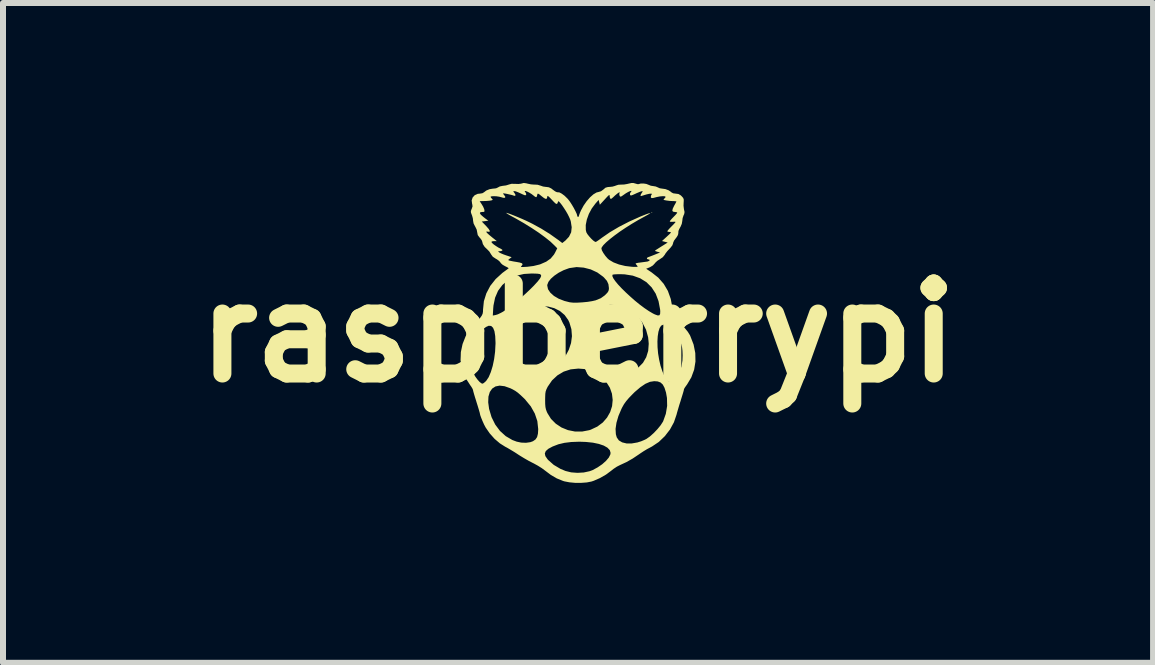
<source format=kicad_pcb>
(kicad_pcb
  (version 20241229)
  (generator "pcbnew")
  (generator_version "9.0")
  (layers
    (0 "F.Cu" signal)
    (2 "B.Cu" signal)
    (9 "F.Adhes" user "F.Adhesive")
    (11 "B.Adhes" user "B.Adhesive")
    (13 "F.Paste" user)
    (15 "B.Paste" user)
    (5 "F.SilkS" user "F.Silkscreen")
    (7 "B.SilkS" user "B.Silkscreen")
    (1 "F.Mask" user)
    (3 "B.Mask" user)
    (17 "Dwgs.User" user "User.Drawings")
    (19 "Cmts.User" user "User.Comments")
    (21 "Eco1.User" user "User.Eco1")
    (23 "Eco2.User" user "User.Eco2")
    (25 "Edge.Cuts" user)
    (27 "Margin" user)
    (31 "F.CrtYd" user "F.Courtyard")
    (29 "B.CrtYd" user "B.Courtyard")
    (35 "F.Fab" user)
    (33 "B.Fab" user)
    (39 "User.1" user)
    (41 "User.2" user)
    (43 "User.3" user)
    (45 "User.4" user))
  (footprint "raspberrypi"
    (layer "F.Cu")
    (at 6.586 2.498)
    (property "Reference" "raspberrypi" (at 0 0 0) (layer "F.SilkS") (effects (font (size 1.5 1.5) (thickness 0.3))))
    (attr board_only exclude_from_pos_files exclude_from_bom)
    (fp_poly (pts (xy 1.237 -2.008) (xy 1.23 -2.001) (xy 1.223 -2.008) (xy 1.23 -2.015)) (stroke (width 0) (type solid)) (fill yes) (layer "F.SilkS"))
    (fp_poly (pts (xy -0.862 -2.492) (xy -0.838 -2.486) (xy -0.786 -2.475) (xy -0.736 -2.471) (xy -0.72 -2.471) (xy -0.673 -2.468) (xy -0.628 -2.454) (xy -0.627 -2.454) (xy -0.584 -2.439) (xy -0.535 -2.432) (xy -0.53 -2.432) (xy -0.487 -2.426) (xy -0.446 -2.406) (xy -0.418 -2.384) (xy -0.382 -2.358) (xy -0.352 -2.344) (xy -0.34 -2.343) (xy -0.312 -2.341) (xy -0.272 -2.32) (xy -0.225 -2.285) (xy -0.177 -2.238) (xy -0.167 -2.227) (xy -0.137 -2.188) (xy -0.104 -2.137) (xy -0.071 -2.081) (xy -0.043 -2.027) (xy -0.022 -1.982) (xy -0.014 -1.952) (xy -0.014 -1.95) (xy -0.006 -1.933) (xy 0 -1.931) (xy 0.013 -1.942) (xy 0.014 -1.949) (xy 0.02 -1.97) (xy 0.034 -2.007) (xy 0.05 -2.043) (xy 0.093 -2.122) (xy 0.144 -2.195) (xy 0.199 -2.258) (xy 0.255 -2.308) (xy 0.307 -2.339) (xy 0.346 -2.349) (xy 0.382 -2.36) (xy 0.421 -2.388) (xy 0.423 -2.39) (xy 0.457 -2.419) (xy 0.495 -2.43) (xy 0.524 -2.432) (xy 0.573 -2.437) (xy 0.619 -2.45) (xy 0.627 -2.454) (xy 0.671 -2.468) (xy 0.719 -2.471) (xy 0.72 -2.471) (xy 0.765 -2.472) (xy 0.818 -2.481) (xy 0.839 -2.486) (xy 0.887 -2.497) (xy 0.924 -2.497) (xy 0.953 -2.489) (xy 0.988 -2.479) (xy 1.012 -2.479) (xy 1.014 -2.48) (xy 1.046 -2.489) (xy 1.092 -2.489) (xy 1.138 -2.482) (xy 1.174 -2.468) (xy 1.174 -2.468) (xy 1.213 -2.452) (xy 1.254 -2.446) (xy 1.295 -2.439) (xy 1.328 -2.425) (xy 1.361 -2.41) (xy 1.4 -2.404) (xy 1.456 -2.396) (xy 1.509 -2.376) (xy 1.549 -2.349) (xy 1.554 -2.343) (xy 1.585 -2.326) (xy 1.628 -2.32) (xy 1.674 -2.314) (xy 1.711 -2.292) (xy 1.726 -2.278) (xy 1.752 -2.249) (xy 1.762 -2.222) (xy 1.761 -2.186) (xy 1.76 -2.172) (xy 1.758 -2.119) (xy 1.764 -2.068) (xy 1.766 -2.056) (xy 1.775 -2.014) (xy 1.769 -1.979) (xy 1.759 -1.959) (xy 1.743 -1.912) (xy 1.737 -1.863) (xy 1.729 -1.817) (xy 1.709 -1.77) (xy 1.706 -1.765) (xy 1.686 -1.729) (xy 1.674 -1.7) (xy 1.673 -1.695) (xy 1.671 -1.664) (xy 1.669 -1.646) (xy 1.659 -1.619) (xy 1.636 -1.584) (xy 1.626 -1.572) (xy 1.6 -1.537) (xy 1.585 -1.502) (xy 1.584 -1.493) (xy 1.572 -1.459) (xy 1.538 -1.415) (xy 1.525 -1.402) (xy 1.488 -1.362) (xy 1.457 -1.322) (xy 1.445 -1.301) (xy 1.413 -1.261) (xy 1.363 -1.227) (xy 1.321 -1.2) (xy 1.287 -1.168) (xy 1.278 -1.156) (xy 1.247 -1.123) (xy 1.203 -1.096) (xy 1.194 -1.092) (xy 1.135 -1.068) (xy 1.225 -1.008) (xy 1.338 -0.919) (xy 1.428 -0.816) (xy 1.497 -0.699) (xy 1.545 -0.565) (xy 1.574 -0.412) (xy 1.578 -0.377) (xy 1.588 -0.274) (xy 1.708 -0.155) (xy 1.777 -0.082) (xy 1.828 -0.019) (xy 1.865 0.04) (xy 1.872 0.056) (xy 1.926 0.196) (xy 1.954 0.337) (xy 1.957 0.478) (xy 1.935 0.614) (xy 1.888 0.742) (xy 1.817 0.861) (xy 1.805 0.877) (xy 1.781 0.911) (xy 1.766 0.937) (xy 1.765 0.944) (xy 1.761 0.963) (xy 1.75 1.002) (xy 1.733 1.057) (xy 1.713 1.121) (xy 1.711 1.13) (xy 1.688 1.201) (xy 1.668 1.269) (xy 1.651 1.327) (xy 1.641 1.365) (xy 1.598 1.491) (xy 1.532 1.612) (xy 1.446 1.723) (xy 1.346 1.819) (xy 1.234 1.894) (xy 1.197 1.914) (xy 1.15 1.939) (xy 1.092 1.974) (xy 1.033 2.013) (xy 1.016 2.025) (xy 0.91 2.096) (xy 0.808 2.154) (xy 0.698 2.205) (xy 0.647 2.231) (xy 0.591 2.268) (xy 0.552 2.299) (xy 0.466 2.363) (xy 0.365 2.421) (xy 0.262 2.466) (xy 0.223 2.479) (xy 0.146 2.494) (xy 0.052 2.501) (xy -0.048 2.501) (xy -0.144 2.492) (xy -0.227 2.476) (xy -0.25 2.469) (xy -0.356 2.426) (xy -0.455 2.368) (xy -0.552 2.295) (xy -0.603 2.257) (xy -0.668 2.216) (xy -0.735 2.179) (xy -0.753 2.17) (xy -0.819 2.136) (xy -0.896 2.092) (xy -0.97 2.047) (xy -1.001 2.027) (xy -1.025 2.011) (xy -0.554 2.011) (xy -0.545 2.055) (xy -0.51 2.106) (xy -0.499 2.119) (xy -0.406 2.201) (xy -0.293 2.268) (xy -0.209 2.303) (xy -0.115 2.326) (xy -0.01 2.334) (xy 0.095 2.328) (xy 0.192 2.307) (xy 0.241 2.289) (xy 0.326 2.243) (xy 0.402 2.191) (xy 0.465 2.135) (xy 0.512 2.08) (xy 0.538 2.028) (xy 0.542 2.001) (xy 0.529 1.956) (xy 0.49 1.915) (xy 0.429 1.88) (xy 0.347 1.852) (xy 0.247 1.831) (xy 0.131 1.819) (xy 0.021 1.815) (xy -0.113 1.82) (xy -0.227 1.834) (xy -0.328 1.858) (xy -0.424 1.895) (xy -0.426 1.896) (xy -0.495 1.933) (xy -0.538 1.971) (xy -0.554 2.011) (xy -1.025 2.011) (xy -1.064 1.986) (xy -1.129 1.947) (xy -1.187 1.913) (xy -1.214 1.899) (xy -1.303 1.843) (xy -1.392 1.767) (xy -1.473 1.676) (xy -1.54 1.579) (xy -1.567 1.528) (xy -1.593 1.47) (xy -1.615 1.416) (xy -1.63 1.374) (xy -1.633 1.362) (xy -1.64 1.33) (xy -1.655 1.278) (xy -1.674 1.215) (xy -1.692 1.158) (xy -1.498 1.158) (xy -1.483 1.269) (xy -1.442 1.406) (xy -1.381 1.529) (xy -1.302 1.635) (xy -1.206 1.722) (xy -1.095 1.787) (xy -1.023 1.814) (xy -0.948 1.83) (xy -0.868 1.833) (xy -0.796 1.823) (xy -0.752 1.807) (xy -0.71 1.778) (xy -0.683 1.738) (xy -0.669 1.682) (xy -0.664 1.604) (xy -0.665 1.599) (xy -0.679 1.471) (xy -0.721 1.346) (xy -0.788 1.226) (xy -0.876 1.119) (xy -0.549 1.119) (xy -0.548 1.187) (xy -0.544 1.236) (xy -0.536 1.275) (xy -0.522 1.314) (xy -0.511 1.338) (xy -0.451 1.435) (xy -0.371 1.515) (xy -0.276 1.578) (xy -0.168 1.622) (xy -0.053 1.645) (xy 0.066 1.646) (xy 0.186 1.623) (xy 0.213 1.614) (xy 0.24 1.601) (xy 0.625 1.601) (xy 0.63 1.69) (xy 0.645 1.743) (xy 0.68 1.793) (xy 0.735 1.826) (xy 0.808 1.844) (xy 0.895 1.844) (xy 0.993 1.827) (xy 0.994 1.826) (xy 1.052 1.808) (xy 1.111 1.783) (xy 1.139 1.769) (xy 1.197 1.728) (xy 1.261 1.671) (xy 1.323 1.606) (xy 1.377 1.54) (xy 1.415 1.481) (xy 1.419 1.473) (xy 1.463 1.35) (xy 1.485 1.218) (xy 1.482 1.086) (xy 1.466 0.995) (xy 1.441 0.916) (xy 1.412 0.862) (xy 1.375 0.828) (xy 1.327 0.81) (xy 1.269 0.806) (xy 1.198 0.817) (xy 1.122 0.85) (xy 1.038 0.907) (xy 0.944 0.987) (xy 0.908 1.023) (xy 0.847 1.086) (xy 0.802 1.139) (xy 0.766 1.189) (xy 0.735 1.244) (xy 0.724 1.266) (xy 0.673 1.386) (xy 0.64 1.499) (xy 0.625 1.601) (xy 0.24 1.601) (xy 0.321 1.563) (xy 0.412 1.495) (xy 0.483 1.413) (xy 0.535 1.321) (xy 0.567 1.222) (xy 0.577 1.119) (xy 0.565 1.015) (xy 0.53 0.915) (xy 0.471 0.821) (xy 0.431 0.776) (xy 0.331 0.693) (xy 0.224 0.635) (xy 0.108 0.604) (xy 0.005 0.596) (xy -0.123 0.609) (xy -0.24 0.647) (xy -0.344 0.709) (xy -0.434 0.793) (xy -0.506 0.898) (xy -0.51 0.906) (xy -0.528 0.943) (xy -0.54 0.977) (xy -0.546 1.016) (xy -0.548 1.068) (xy -0.549 1.119) (xy -0.876 1.119) (xy -0.879 1.114) (xy -0.899 1.094) (xy -0.958 1.038) (xy -1.004 0.998) (xy -1.046 0.968) (xy -1.09 0.943) (xy -1.129 0.924) (xy -1.225 0.89) (xy -1.308 0.88) (xy -1.377 0.894) (xy -1.432 0.93) (xy -1.471 0.986) (xy -1.494 1.063) (xy -1.498 1.158) (xy -1.692 1.158) (xy -1.696 1.146) (xy -1.696 1.143) (xy -1.717 1.078) (xy -1.734 1.021) (xy -1.746 0.978) (xy -1.751 0.955) (xy -1.751 0.954) (xy -1.759 0.933) (xy -1.779 0.899) (xy -1.797 0.874) (xy -1.866 0.767) (xy -1.919 0.651) (xy -1.938 0.588) (xy -1.959 0.456) (xy -1.956 0.389) (xy -1.801 0.389) (xy -1.793 0.514) (xy -1.761 0.634) (xy -1.742 0.678) (xy -1.712 0.731) (xy -1.676 0.78) (xy -1.64 0.82) (xy -1.609 0.843) (xy -1.594 0.848) (xy -1.573 0.838) (xy -1.544 0.813) (xy -1.531 0.8) (xy -1.49 0.739) (xy -1.454 0.654) (xy -1.423 0.552) (xy -1.399 0.437) (xy -1.383 0.314) (xy -1.377 0.197) (xy -1.188 0.197) (xy -1.181 0.303) (xy -1.157 0.401) (xy -1.119 0.482) (xy -1.064 0.553) (xy -1.034 0.582) (xy -0.972 0.633) (xy -0.914 0.666) (xy -0.85 0.684) (xy -0.772 0.691) (xy -0.716 0.69) (xy -0.65 0.687) (xy -0.601 0.68) (xy -0.558 0.667) (xy -0.509 0.646) (xy -0.495 0.639) (xy -0.383 0.571) (xy -0.288 0.486) (xy -0.211 0.389) (xy -0.154 0.282) (xy -0.117 0.17) (xy -0.102 0.056) (xy 0.113 0.056) (xy 0.133 0.175) (xy 0.175 0.29) (xy 0.238 0.398) (xy 0.323 0.495) (xy 0.327 0.499) (xy 0.43 0.58) (xy 0.538 0.637) (xy 0.647 0.668) (xy 0.757 0.673) (xy 0.864 0.652) (xy 0.912 0.633) (xy 1.007 0.576) (xy 1.082 0.5) (xy 1.136 0.407) (xy 1.169 0.301) (xy 1.178 0.183) (xy 1.175 0.145) (xy 1.323 0.145) (xy 1.325 0.241) (xy 1.334 0.343) (xy 1.351 0.445) (xy 1.374 0.546) (xy 1.405 0.64) (xy 1.424 0.688) (xy 1.462 0.759) (xy 1.5 0.802) (xy 1.538 0.818) (xy 1.578 0.806) (xy 1.62 0.768) (xy 1.641 0.741) (xy 1.692 0.653) (xy 1.724 0.562) (xy 1.74 0.459) (xy 1.743 0.375) (xy 1.74 0.297) (xy 1.733 0.238) (xy 1.719 0.186) (xy 1.712 0.167) (xy 1.678 0.097) (xy 1.633 0.029) (xy 1.583 -0.033) (xy 1.53 -0.083) (xy 1.479 -0.119) (xy 1.434 -0.136) (xy 1.419 -0.136) (xy 1.385 -0.119) (xy 1.359 -0.079) (xy 1.34 -0.019) (xy 1.328 0.057) (xy 1.323 0.145) (xy 1.175 0.145) (xy 1.168 0.075) (xy 1.133 -0.052) (xy 1.074 -0.167) (xy 0.995 -0.268) (xy 0.899 -0.352) (xy 0.788 -0.415) (xy 0.666 -0.456) (xy 0.636 -0.462) (xy 0.532 -0.467) (xy 0.431 -0.45) (xy 0.337 -0.411) (xy 0.256 -0.354) (xy 0.193 -0.28) (xy 0.193 -0.28) (xy 0.142 -0.175) (xy 0.116 -0.062) (xy 0.113 0.056) (xy -0.102 0.056) (xy -0.102 0.055) (xy -0.111 -0.06) (xy -0.144 -0.171) (xy -0.164 -0.213) (xy -0.224 -0.297) (xy -0.303 -0.364) (xy -0.397 -0.411) (xy -0.5 -0.438) (xy -0.608 -0.442) (xy -0.698 -0.427) (xy -0.809 -0.384) (xy -0.91 -0.32) (xy -0.999 -0.237) (xy -1.075 -0.14) (xy -1.133 -0.033) (xy -1.172 0.081) (xy -1.188 0.197) (xy -1.377 0.197) (xy -1.376 0.188) (xy -1.376 0.163) (xy -1.381 0.054) (xy -1.394 -0.028) (xy -1.417 -0.084) (xy -1.448 -0.114) (xy -1.489 -0.118) (xy -1.534 -0.098) (xy -1.591 -0.054) (xy -1.651 0.008) (xy -1.705 0.076) (xy -1.744 0.142) (xy -1.746 0.146) (xy -1.785 0.264) (xy -1.801 0.389) (xy -1.956 0.389) (xy -1.954 0.321) (xy -1.925 0.186) (xy -1.874 0.057) (xy -1.802 -0.062) (xy -1.725 -0.152) (xy -1.669 -0.209) (xy -1.63 -0.252) (xy -1.605 -0.287) (xy -1.605 -0.288) (xy -1.421 -0.288) (xy -1.374 -0.297) (xy -1.336 -0.309) (xy -1.288 -0.332) (xy -1.253 -0.351) (xy -1.188 -0.394) (xy -1.114 -0.449) (xy -1.033 -0.514) (xy -0.95 -0.585) (xy -0.869 -0.658) (xy -0.793 -0.73) (xy -0.734 -0.789) (xy -0.514 -0.789) (xy -0.501 -0.727) (xy -0.462 -0.669) (xy -0.402 -0.615) (xy -0.322 -0.568) (xy -0.226 -0.531) (xy -0.139 -0.509) (xy -0.084 -0.503) (xy -0.011 -0.503) (xy 0.073 -0.508) (xy 0.157 -0.516) (xy 0.233 -0.528) (xy 0.294 -0.542) (xy 0.298 -0.544) (xy 0.379 -0.577) (xy 0.442 -0.622) (xy 0.454 -0.633) (xy 0.489 -0.669) (xy 0.507 -0.698) (xy 0.514 -0.729) (xy 0.514 -0.749) (xy 0.506 -0.811) (xy 0.481 -0.866) (xy 0.433 -0.921) (xy 0.418 -0.935) (xy 0.402 -0.947) (xy 0.571 -0.947) (xy 0.587 -0.91) (xy 0.62 -0.862) (xy 0.667 -0.805) (xy 0.727 -0.741) (xy 0.795 -0.674) (xy 0.87 -0.605) (xy 0.948 -0.536) (xy 1.028 -0.471) (xy 1.107 -0.412) (xy 1.181 -0.362) (xy 1.249 -0.322) (xy 1.282 -0.306) (xy 1.327 -0.29) (xy 1.355 -0.292) (xy 1.368 -0.315) (xy 1.37 -0.361) (xy 1.368 -0.387) (xy 1.341 -0.529) (xy 1.294 -0.653) (xy 1.226 -0.758) (xy 1.14 -0.844) (xy 1.035 -0.909) (xy 0.913 -0.953) (xy 0.776 -0.975) (xy 0.719 -0.977) (xy 0.661 -0.977) (xy 0.613 -0.975) (xy 0.583 -0.971) (xy 0.575 -0.969) (xy 0.571 -0.947) (xy 0.402 -0.947) (xy 0.321 -1.006) (xy 0.211 -1.057) (xy 0.094 -1.087) (xy -0.024 -1.096) (xy -0.138 -1.08) (xy -0.154 -1.076) (xy -0.241 -1.044) (xy -0.323 -1.002) (xy -0.395 -0.953) (xy -0.453 -0.902) (xy -0.494 -0.85) (xy -0.513 -0.801) (xy -0.514 -0.789) (xy -0.734 -0.789) (xy -0.727 -0.797) (xy -0.673 -0.856) (xy -0.636 -0.904) (xy -0.626 -0.921) (xy -0.615 -0.948) (xy -0.619 -0.967) (xy -0.639 -0.98) (xy -0.679 -0.986) (xy -0.743 -0.988) (xy -0.773 -0.989) (xy -0.903 -0.981) (xy -1.015 -0.955) (xy -1.115 -0.912) (xy -1.167 -0.879) (xy -1.262 -0.797) (xy -1.334 -0.7) (xy -1.383 -0.586) (xy -1.41 -0.456) (xy -1.414 -0.411) (xy -1.421 -0.288) (xy -1.605 -0.288) (xy -1.591 -0.318) (xy -1.585 -0.352) (xy -1.584 -0.389) (xy -1.57 -0.527) (xy -1.529 -0.658) (xy -1.464 -0.782) (xy -1.374 -0.896) (xy -1.262 -0.998) (xy -1.231 -1.021) (xy -1.194 -1.048) (xy -1.167 -1.068) (xy -1.157 -1.075) (xy -1.165 -1.084) (xy -1.192 -1.099) (xy -1.215 -1.11) (xy -1.257 -1.134) (xy -1.287 -1.161) (xy -1.293 -1.171) (xy -1.315 -1.197) (xy -1.351 -1.224) (xy -1.371 -1.235) (xy -1.421 -1.268) (xy -1.451 -1.309) (xy -1.453 -1.313) (xy -1.479 -1.355) (xy -1.514 -1.391) (xy -1.516 -1.393) (xy -1.557 -1.432) (xy -1.587 -1.479) (xy -1.598 -1.522) (xy -1.598 -1.522) (xy -1.607 -1.545) (xy -1.63 -1.576) (xy -1.64 -1.586) (xy -1.672 -1.629) (xy -1.681 -1.674) (xy -1.681 -1.675) (xy -1.69 -1.721) (xy -1.714 -1.77) (xy -1.717 -1.774) (xy -1.742 -1.824) (xy -1.75 -1.869) (xy -1.754 -1.909) (xy -1.767 -1.955) (xy -1.771 -1.965) (xy -1.785 -2.002) (xy -1.787 -2.029) (xy -1.777 -2.058) (xy -1.773 -2.066) (xy -1.759 -2.108) (xy -1.764 -2.144) (xy -1.766 -2.149) (xy -1.772 -2.195) (xy -1.64 -2.195) (xy -1.606 -2.143) (xy -1.582 -2.102) (xy -1.565 -2.062) (xy -1.563 -2.053) (xy -1.559 -2.026) (xy -1.57 -2.016) (xy -1.596 -2.015) (xy -1.629 -2.01) (xy -1.637 -1.995) (xy -1.621 -1.969) (xy -1.579 -1.932) (xy -1.55 -1.909) (xy -1.496 -1.869) (xy -1.55 -1.862) (xy -1.605 -1.855) (xy -1.532 -1.78) (xy -1.491 -1.733) (xy -1.472 -1.702) (xy -1.474 -1.685) (xy -1.498 -1.685) (xy -1.502 -1.686) (xy -1.525 -1.689) (xy -1.53 -1.683) (xy -1.518 -1.665) (xy -1.485 -1.635) (xy -1.432 -1.591) (xy -1.389 -1.557) (xy -1.355 -1.529) (xy -1.4 -1.529) (xy -1.431 -1.525) (xy -1.445 -1.516) (xy -1.445 -1.515) (xy -1.434 -1.498) (xy -1.406 -1.473) (xy -1.367 -1.446) (xy -1.326 -1.42) (xy -1.293 -1.404) (xy -1.264 -1.386) (xy -1.262 -1.371) (xy -1.286 -1.362) (xy -1.303 -1.361) (xy -1.329 -1.36) (xy -1.329 -1.353) (xy -1.315 -1.341) (xy -1.288 -1.326) (xy -1.245 -1.308) (xy -1.198 -1.291) (xy -1.107 -1.261) (xy -1.14 -1.236) (xy -1.161 -1.219) (xy -1.161 -1.21) (xy -1.145 -1.204) (xy -1.118 -1.198) (xy -1.073 -1.189) (xy -1.029 -1.182) (xy -0.97 -1.171) (xy -0.936 -1.159) (xy -0.925 -1.145) (xy -0.933 -1.126) (xy -0.94 -1.118) (xy -0.951 -1.106) (xy -0.95 -1.099) (xy -0.934 -1.097) (xy -0.898 -1.098) (xy -0.847 -1.101) (xy -0.744 -1.114) (xy -0.645 -1.138) (xy -0.629 -1.143) (xy -0.531 -1.186) (xy -0.457 -1.238) (xy -0.402 -1.304) (xy -0.383 -1.337) (xy -0.347 -1.409) (xy -0.393 -1.456) (xy -0.46 -1.52) (xy -0.55 -1.592) (xy -0.655 -1.669) (xy -0.774 -1.748) (xy -0.9 -1.826) (xy -1.03 -1.901) (xy -1.074 -1.925) (xy -1.128 -1.954) (xy -1.169 -1.978) (xy -1.194 -1.995) (xy -1.199 -2.001) (xy -1.175 -1.995) (xy -1.131 -1.98) (xy -1.072 -1.957) (xy -1.004 -1.929) (xy -0.931 -1.898) (xy -0.858 -1.865) (xy -0.792 -1.833) (xy -0.76 -1.817) (xy -0.612 -1.736) (xy -0.468 -1.646) (xy -0.34 -1.555) (xy -0.336 -1.553) (xy -0.263 -1.497) (xy -0.211 -1.538) (xy -0.151 -1.602) (xy -0.115 -1.676) (xy -0.106 -1.761) (xy -0.112 -1.797) (xy 0.128 -1.797) (xy 0.129 -1.715) (xy 0.138 -1.676) (xy 0.155 -1.646) (xy 0.184 -1.609) (xy 0.219 -1.57) (xy 0.253 -1.538) (xy 0.282 -1.518) (xy 0.293 -1.515) (xy 0.309 -1.522) (xy 0.34 -1.543) (xy 0.382 -1.573) (xy 0.396 -1.584) (xy 0.529 -1.676) (xy 0.683 -1.767) (xy 0.854 -1.855) (xy 1.034 -1.936) (xy 1.096 -1.961) (xy 1.145 -1.98) (xy 1.182 -1.992) (xy 1.202 -1.997) (xy 1.204 -1.996) (xy 1.195 -1.988) (xy 1.167 -1.97) (xy 1.125 -1.947) (xy 1.109 -1.938) (xy 1.003 -1.88) (xy 0.898 -1.818) (xy 0.795 -1.753) (xy 0.698 -1.688) (xy 0.61 -1.624) (xy 0.532 -1.563) (xy 0.469 -1.509) (xy 0.422 -1.462) (xy 0.395 -1.425) (xy 0.389 -1.406) (xy 0.398 -1.373) (xy 0.422 -1.33) (xy 0.455 -1.283) (xy 0.492 -1.24) (xy 0.518 -1.217) (xy 0.591 -1.174) (xy 0.683 -1.139) (xy 0.787 -1.114) (xy 0.897 -1.101) (xy 0.93 -1.099) (xy 0.972 -1.099) (xy 0.992 -1.102) (xy 0.992 -1.11) (xy 0.982 -1.123) (xy 0.964 -1.145) (xy 0.959 -1.156) (xy 0.971 -1.161) (xy 1.004 -1.168) (xy 1.046 -1.173) (xy 1.097 -1.18) (xy 1.141 -1.186) (xy 1.164 -1.19) (xy 1.188 -1.202) (xy 1.194 -1.215) (xy 1.18 -1.223) (xy 1.175 -1.223) (xy 1.152 -1.23) (xy 1.147 -1.246) (xy 1.163 -1.259) (xy 1.188 -1.268) (xy 1.23 -1.284) (xy 1.278 -1.303) (xy 1.367 -1.339) (xy 1.319 -1.352) (xy 1.289 -1.362) (xy 1.283 -1.37) (xy 1.297 -1.381) (xy 1.321 -1.396) (xy 1.36 -1.421) (xy 1.406 -1.45) (xy 1.408 -1.451) (xy 1.494 -1.505) (xy 1.446 -1.518) (xy 1.399 -1.53) (xy 1.481 -1.605) (xy 1.521 -1.642) (xy 1.542 -1.664) (xy 1.548 -1.676) (xy 1.538 -1.68) (xy 1.525 -1.681) (xy 1.497 -1.685) (xy 1.487 -1.692) (xy 1.496 -1.707) (xy 1.52 -1.735) (xy 1.554 -1.77) (xy 1.556 -1.772) (xy 1.591 -1.807) (xy 1.615 -1.834) (xy 1.626 -1.848) (xy 1.626 -1.848) (xy 1.614 -1.852) (xy 1.584 -1.851) (xy 1.577 -1.851) (xy 1.545 -1.85) (xy 1.529 -1.856) (xy 1.528 -1.858) (xy 1.538 -1.873) (xy 1.562 -1.901) (xy 1.591 -1.931) (xy 1.624 -1.965) (xy 1.646 -1.991) (xy 1.654 -2.004) (xy 1.641 -2.011) (xy 1.612 -2.015) (xy 1.612 -2.015) (xy 1.582 -2.02) (xy 1.571 -2.038) (xy 1.579 -2.071) (xy 1.604 -2.123) (xy 1.605 -2.124) (xy 1.625 -2.16) (xy 1.637 -2.184) (xy 1.64 -2.19) (xy 1.627 -2.193) (xy 1.596 -2.196) (xy 1.581 -2.196) (xy 1.527 -2.199) (xy 1.473 -2.206) (xy 1.467 -2.207) (xy 1.434 -2.214) (xy 1.424 -2.221) (xy 1.434 -2.233) (xy 1.436 -2.235) (xy 1.455 -2.256) (xy 1.459 -2.267) (xy 1.447 -2.276) (xy 1.413 -2.278) (xy 1.366 -2.274) (xy 1.31 -2.263) (xy 1.295 -2.259) (xy 1.252 -2.248) (xy 1.228 -2.246) (xy 1.216 -2.253) (xy 1.213 -2.259) (xy 1.215 -2.286) (xy 1.223 -2.3) (xy 1.232 -2.316) (xy 1.217 -2.32) (xy 1.213 -2.32) (xy 1.184 -2.317) (xy 1.141 -2.307) (xy 1.117 -2.3) (xy 1.078 -2.288) (xy 1.052 -2.28) (xy 1.046 -2.279) (xy 1.041 -2.288) (xy 1.048 -2.31) (xy 1.063 -2.334) (xy 1.065 -2.337) (xy 1.078 -2.357) (xy 1.068 -2.362) (xy 1.034 -2.352) (xy 0.976 -2.328) (xy 0.962 -2.321) (xy 0.915 -2.3) (xy 0.887 -2.29) (xy 0.872 -2.292) (xy 0.866 -2.301) (xy 0.867 -2.328) (xy 0.874 -2.338) (xy 0.89 -2.359) (xy 0.887 -2.367) (xy 0.868 -2.363) (xy 0.837 -2.349) (xy 0.797 -2.326) (xy 0.754 -2.296) (xy 0.753 -2.295) (xy 0.722 -2.274) (xy 0.704 -2.27) (xy 0.694 -2.28) (xy 0.687 -2.309) (xy 0.69 -2.326) (xy 0.693 -2.342) (xy 0.686 -2.343) (xy 0.663 -2.327) (xy 0.658 -2.324) (xy 0.619 -2.292) (xy 0.585 -2.26) (xy 0.556 -2.235) (xy 0.537 -2.236) (xy 0.528 -2.262) (xy 0.527 -2.276) (xy 0.526 -2.293) (xy 0.519 -2.297) (xy 0.504 -2.287) (xy 0.478 -2.26) (xy 0.445 -2.224) (xy 0.363 -2.135) (xy 0.353 -2.175) (xy 0.343 -2.215) (xy 0.289 -2.154) (xy 0.228 -2.072) (xy 0.18 -1.982) (xy 0.146 -1.888) (xy 0.128 -1.797) (xy -0.112 -1.797) (xy -0.121 -1.856) (xy -0.13 -1.886) (xy -0.148 -1.928) (xy -0.173 -1.978) (xy -0.203 -2.03) (xy -0.236 -2.081) (xy -0.268 -2.128) (xy -0.296 -2.164) (xy -0.318 -2.188) (xy -0.331 -2.193) (xy -0.334 -2.187) (xy -0.341 -2.165) (xy -0.347 -2.154) (xy -0.357 -2.148) (xy -0.374 -2.155) (xy -0.401 -2.18) (xy -0.436 -2.217) (xy -0.474 -2.257) (xy -0.498 -2.278) (xy -0.51 -2.282) (xy -0.513 -2.271) (xy -0.513 -2.269) (xy -0.519 -2.24) (xy -0.537 -2.232) (xy -0.567 -2.246) (xy -0.608 -2.278) (xy -0.645 -2.308) (xy -0.666 -2.32) (xy -0.676 -2.317) (xy -0.678 -2.31) (xy -0.687 -2.273) (xy -0.699 -2.26) (xy -0.721 -2.271) (xy -0.738 -2.285) (xy -0.776 -2.314) (xy -0.815 -2.338) (xy -0.849 -2.355) (xy -0.875 -2.364) (xy -0.889 -2.364) (xy -0.886 -2.352) (xy -0.874 -2.338) (xy -0.864 -2.313) (xy -0.866 -2.302) (xy -0.874 -2.293) (xy -0.893 -2.295) (xy -0.928 -2.31) (xy -0.953 -2.322) (xy -0.999 -2.343) (xy -1.039 -2.358) (xy -1.06 -2.362) (xy -1.079 -2.36) (xy -1.076 -2.35) (xy -1.065 -2.337) (xy -1.046 -2.308) (xy -1.044 -2.288) (xy -1.058 -2.283) (xy -1.066 -2.285) (xy -1.099 -2.296) (xy -1.141 -2.306) (xy -1.185 -2.316) (xy -1.223 -2.323) (xy -1.247 -2.325) (xy -1.251 -2.324) (xy -1.242 -2.308) (xy -1.228 -2.291) (xy -1.212 -2.265) (xy -1.219 -2.251) (xy -1.248 -2.251) (xy -1.275 -2.259) (xy -1.314 -2.269) (xy -1.36 -2.276) (xy -1.405 -2.278) (xy -1.44 -2.276) (xy -1.458 -2.269) (xy -1.459 -2.267) (xy -1.449 -2.249) (xy -1.436 -2.236) (xy -1.422 -2.221) (xy -1.432 -2.212) (xy -1.447 -2.207) (xy -1.479 -2.202) (xy -1.527 -2.198) (xy -1.56 -2.197) (xy -1.64 -2.195) (xy -1.772 -2.195) (xy -1.774 -2.205) (xy -1.758 -2.255) (xy -1.723 -2.294) (xy -1.672 -2.317) (xy -1.639 -2.32) (xy -1.595 -2.327) (xy -1.568 -2.343) (xy -1.53 -2.372) (xy -1.476 -2.394) (xy -1.417 -2.404) (xy -1.408 -2.404) (xy -1.367 -2.409) (xy -1.336 -2.423) (xy -1.333 -2.425) (xy -1.305 -2.44) (xy -1.263 -2.449) (xy -1.249 -2.451) (xy -1.202 -2.457) (xy -1.162 -2.469) (xy -1.154 -2.472) (xy -1.109 -2.484) (xy -1.046 -2.483) (xy -0.995 -2.481) (xy -0.952 -2.486) (xy -0.937 -2.49) (xy -0.905 -2.498)) (stroke (width 0) (type solid)) (fill yes) (layer "F.SilkS")))
  (gr_rect
    (start -3 -3)
    (end 16.171 7.999)
    (stroke (width 0.1) (type default))
    (fill no)
    (layer "Edge.Cuts")))
</source>
